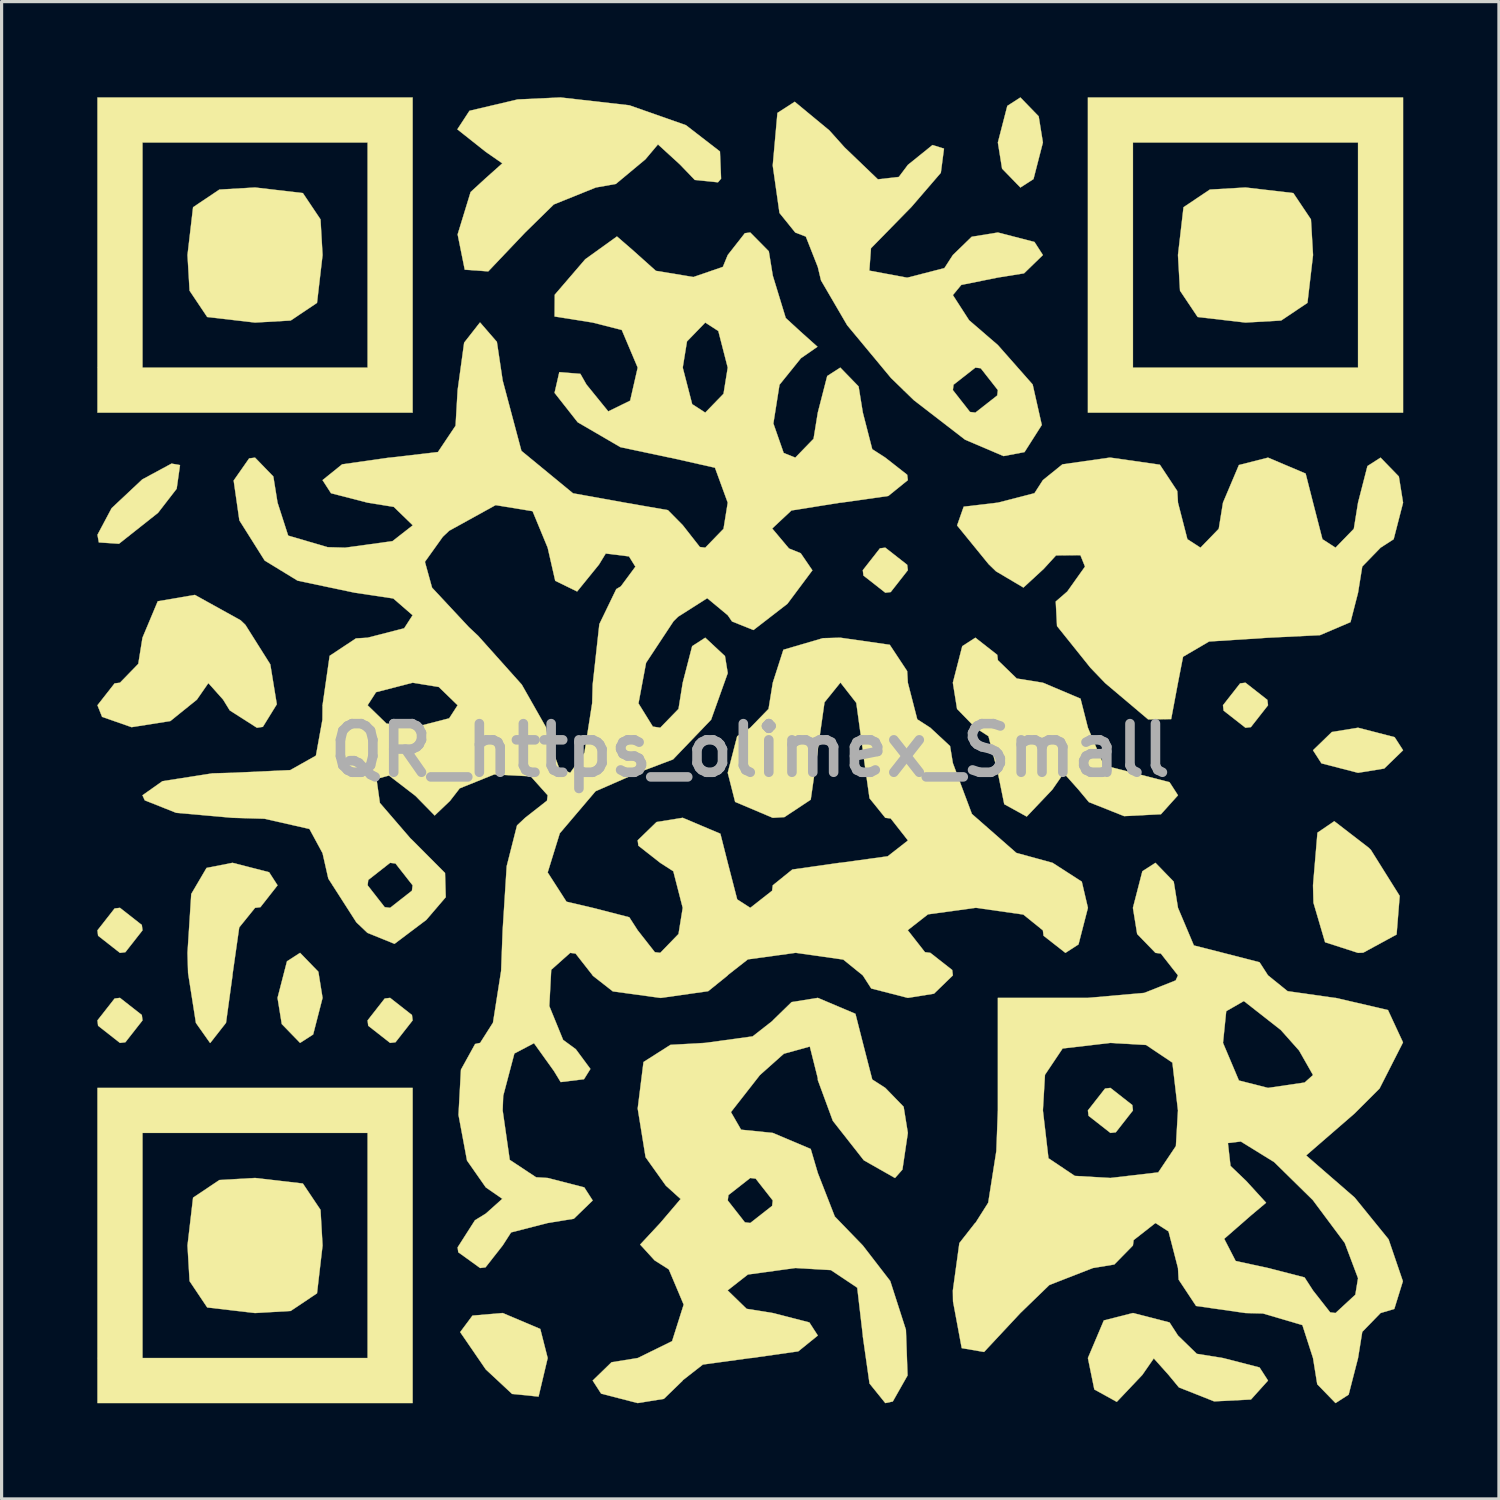
<source format=kicad_pcb>
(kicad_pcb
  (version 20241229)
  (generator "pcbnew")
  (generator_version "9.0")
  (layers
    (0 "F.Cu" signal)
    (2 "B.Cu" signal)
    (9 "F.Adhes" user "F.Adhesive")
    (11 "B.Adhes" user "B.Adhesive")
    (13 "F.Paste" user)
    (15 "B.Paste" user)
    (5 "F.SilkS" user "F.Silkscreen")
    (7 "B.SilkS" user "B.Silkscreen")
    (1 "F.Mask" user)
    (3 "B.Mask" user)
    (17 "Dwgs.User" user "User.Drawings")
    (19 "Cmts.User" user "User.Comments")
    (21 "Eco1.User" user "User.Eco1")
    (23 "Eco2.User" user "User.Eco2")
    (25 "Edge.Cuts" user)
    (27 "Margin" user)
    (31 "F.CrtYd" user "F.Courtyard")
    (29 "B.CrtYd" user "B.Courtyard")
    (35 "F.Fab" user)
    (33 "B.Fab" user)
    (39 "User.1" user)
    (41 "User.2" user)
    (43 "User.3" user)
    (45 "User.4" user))
  (footprint "QR_https_olimex_Small"
    (layer "F.Cu")
    (at 20.466 20.466)
    (property "Reference" "QR_https_olimex_Small" (at 0 0 0) (layer "F.Fab") (effects (font (size 1.524 1.524) (thickness 0.3))))
    (attr board_only exclude_from_pos_files exclude_from_bom allow_missing_courtyard)
    (fp_poly (pts (xy -19.071 5.476) (xy -19.05 5.644) (xy -19.587 6.329) (xy -19.756 6.35) (xy -20.441 5.813) (xy -20.461 5.644) (xy -19.924 4.959) (xy -19.756 4.939) (xy -19.071 5.476)) (stroke (width 0.01) (type solid)) (fill yes) (layer "F.SilkS"))
    (fp_poly (pts (xy -19.071 8.298) (xy -19.05 8.467) (xy -19.587 9.152) (xy -19.756 9.172) (xy -20.441 8.635) (xy -20.461 8.467) (xy -19.924 7.782) (xy -19.756 7.761) (xy -19.071 8.298)) (stroke (width 0.01) (type solid)) (fill yes) (layer "F.SilkS"))
    (fp_poly (pts (xy -13.538 6.941) (xy -13.406 7.761) (xy -13.701 8.908) (xy -14.111 9.172) (xy -14.684 8.581) (xy -14.817 7.761) (xy -14.521 6.615) (xy -14.111 6.35) (xy -13.538 6.941)) (stroke (width 0.01) (type solid)) (fill yes) (layer "F.SilkS"))
    (fp_poly (pts (xy -10.604 8.298) (xy -10.583 8.467) (xy -11.12 9.152) (xy -11.289 9.172) (xy -11.974 8.635) (xy -11.994 8.467) (xy -11.458 7.782) (xy -11.289 7.761) (xy -10.604 8.298)) (stroke (width 0.01) (type solid)) (fill yes) (layer "F.SilkS"))
    (fp_poly (pts (xy -6.582 18.138) (xy -6.35 19.05) (xy -6.636 20.258) (xy -7.465 20.175) (xy -8.29 19.406) (xy -9.092 18.237) (xy -8.707 17.72) (xy -7.761 17.639) (xy -6.582 18.138)) (stroke (width 0.01) (type solid)) (fill yes) (layer "F.SilkS"))
    (fp_poly (pts (xy 4.918 -5.813) (xy 4.939 -5.644) (xy 4.402 -4.959) (xy 4.233 -4.939) (xy 3.548 -5.476) (xy 3.528 -5.644) (xy 4.065 -6.329) (xy 4.233 -6.35) (xy 4.918 -5.813)) (stroke (width 0.01) (type solid)) (fill yes) (layer "F.SilkS"))
    (fp_poly (pts (xy 9.04 -19.87) (xy 9.172 -19.05) (xy 8.877 -17.903) (xy 8.467 -17.639) (xy 7.893 -18.23) (xy 7.761 -19.05) (xy 8.057 -20.197) (xy 8.467 -20.461) (xy 9.04 -19.87)) (stroke (width 0.01) (type solid)) (fill yes) (layer "F.SilkS"))
    (fp_poly (pts (xy 11.974 11.12) (xy 11.994 11.289) (xy 11.458 11.974) (xy 11.289 11.994) (xy 10.604 11.458) (xy 10.583 11.289) (xy 11.12 10.604) (xy 11.289 10.583) (xy 11.974 11.12)) (stroke (width 0.01) (type solid)) (fill yes) (layer "F.SilkS"))
    (fp_poly (pts (xy 16.207 -1.58) (xy 16.228 -1.411) (xy 15.691 -0.726) (xy 15.522 -0.706) (xy 14.837 -1.242) (xy 14.817 -1.411) (xy 15.354 -2.096) (xy 15.522 -2.117) (xy 16.207 -1.58)) (stroke (width 0.01) (type solid)) (fill yes) (layer "F.SilkS"))
    (fp_poly (pts (xy 20.197 -0.41) (xy 20.461 0) (xy 19.87 0.573) (xy 19.05 0.706) (xy 17.903 0.41) (xy 17.639 0) (xy 18.23 -0.573) (xy 19.05 -0.706) (xy 20.197 -0.41)) (stroke (width 0.01) (type solid)) (fill yes) (layer "F.SilkS"))
    (fp_poly (pts (xy -17.874 -8.937) (xy -17.979 -8.197) (xy -18.563 -7.442) (xy -19.787 -6.473) (xy -20.418 -6.515) (xy -20.461 -6.753) (xy -20.017 -7.588) (xy -19.057 -8.489) (xy -18.139 -8.985) (xy -17.874 -8.937)) (stroke (width 0.01) (type solid)) (fill yes) (layer "F.SilkS"))
    (fp_poly (pts (xy -10.583 -10.583) (xy -20.461 -10.583) (xy -20.461 -19.05) (xy -19.05 -19.05) (xy -19.05 -11.994) (xy -11.994 -11.994) (xy -11.994 -19.05) (xy -19.05 -19.05) (xy -20.461 -19.05) (xy -20.461 -20.461) (xy -10.583 -20.461) (xy -10.583 -10.583)) (stroke (width 0.01) (type solid)) (fill yes) (layer "F.SilkS"))
    (fp_poly (pts (xy -10.583 20.461) (xy -20.461 20.461) (xy -20.461 11.994) (xy -19.05 11.994) (xy -19.05 19.05) (xy -11.994 19.05) (xy -11.994 11.994) (xy -19.05 11.994) (xy -20.461 11.994) (xy -20.461 10.583) (xy -10.583 10.583) (xy -10.583 20.461)) (stroke (width 0.01) (type solid)) (fill yes) (layer "F.SilkS"))
    (fp_poly (pts (xy 19.386 3.057) (xy 19.453 3.125) (xy 20.355 4.565) (xy 20.258 5.775) (xy 19.212 6.344) (xy 19.05 6.35) (xy 18.017 6.017) (xy 17.653 4.78) (xy 17.639 4.233) (xy 17.778 2.583) (xy 18.305 2.224) (xy 19.386 3.057)) (stroke (width 0.01) (type solid)) (fill yes) (layer "F.SilkS"))
    (fp_poly (pts (xy 20.461 -10.583) (xy 10.583 -10.583) (xy 10.583 -19.05) (xy 11.994 -19.05) (xy 11.994 -11.994) (xy 19.05 -11.994) (xy 19.05 -19.05) (xy 11.994 -19.05) (xy 10.583 -19.05) (xy 10.583 -20.461) (xy 20.461 -20.461) (xy 20.461 -10.583)) (stroke (width 0.01) (type solid)) (fill yes) (layer "F.SilkS"))
    (fp_poly (pts (xy -14.023 -17.464) (xy -13.47 -16.639) (xy -13.406 -15.522) (xy -13.58 -14.023) (xy -14.405 -13.47) (xy -15.522 -13.406) (xy -17.021 -13.58) (xy -17.574 -14.405) (xy -17.639 -15.522) (xy -17.464 -17.021) (xy -16.639 -17.574) (xy -15.522 -17.639) (xy -14.023 -17.464)) (stroke (width 0.01) (type solid)) (fill yes) (layer "F.SilkS"))
    (fp_poly (pts (xy -14.023 13.58) (xy -13.47 14.405) (xy -13.406 15.522) (xy -13.58 17.021) (xy -14.405 17.574) (xy -15.522 17.639) (xy -17.021 17.464) (xy -17.574 16.639) (xy -17.639 15.522) (xy -17.464 14.023) (xy -16.639 13.47) (xy -15.522 13.406) (xy -14.023 13.58)) (stroke (width 0.01) (type solid)) (fill yes) (layer "F.SilkS"))
    (fp_poly (pts (xy 17.021 -17.464) (xy 17.574 -16.639) (xy 17.639 -15.522) (xy 17.464 -14.023) (xy 16.639 -13.47) (xy 15.522 -13.406) (xy 14.023 -13.58) (xy 13.47 -14.405) (xy 13.406 -15.522) (xy 13.58 -17.021) (xy 14.405 -17.574) (xy 15.522 -17.639) (xy 17.021 -17.464)) (stroke (width 0.01) (type solid)) (fill yes) (layer "F.SilkS"))
    (fp_poly (pts (xy -15.081 3.823) (xy -14.817 4.233) (xy -15.354 4.918) (xy -15.522 4.939) (xy -16.018 5.552) (xy -16.228 7.029) (xy -16.228 7.056) (xy -16.432 8.542) (xy -16.925 9.172) (xy -16.933 9.172) (xy -17.375 8.546) (xy -17.621 6.983) (xy -17.639 6.35) (xy -17.521 4.504) (xy -17.042 3.688) (xy -16.228 3.528) (xy -15.081 3.823)) (stroke (width 0.01) (type solid)) (fill yes) (layer "F.SilkS"))
    (fp_poly (pts (xy 13.141 17.934) (xy 13.406 18.344) (xy 13.996 18.918) (xy 14.817 19.05) (xy 15.963 19.345) (xy 16.228 19.756) (xy 15.694 20.349) (xy 14.541 20.408) (xy 13.435 19.97) (xy 13.112 19.579) (xy 12.648 19.06) (xy 12.288 19.579) (xy 11.488 20.423) (xy 10.784 20.034) (xy 10.583 19.05) (xy 11.082 17.871) (xy 11.994 17.639) (xy 13.141 17.934)) (stroke (width 0.01) (type solid)) (fill yes) (layer "F.SilkS"))
    (fp_poly (pts (xy -15.974 -4.074) (xy -15.825 -3.931) (xy -15.044 -2.692) (xy -14.84 -1.442) (xy -15.277 -0.734) (xy -15.463 -0.706) (xy -16.314 -1.249) (xy -16.522 -1.587) (xy -16.985 -2.106) (xy -17.345 -1.587) (xy -18.177 -0.916) (xy -19.391 -0.724) (xy -20.316 -1.047) (xy -20.461 -1.411) (xy -19.924 -2.096) (xy -19.756 -2.117) (xy -19.182 -2.708) (xy -19.05 -3.528) (xy -18.571 -4.67) (xy -17.409 -4.869) (xy -15.974 -4.074)) (stroke (width 0.01) (type solid)) (fill yes) (layer "F.SilkS"))
    (fp_poly (pts (xy -3.789 -20.215) (xy -2.016 -19.592) (xy -0.95 -18.768) (xy -0.915 -17.916) (xy -1.013 -17.802) (xy -1.738 -17.876) (xy -2.209 -18.365) (xy -2.893 -18.99) (xy -3.288 -18.521) (xy -4.213 -17.751) (xy -4.842 -17.639) (xy -6.158 -17.108) (xy -7.056 -16.228) (xy -8.213 -15.01) (xy -8.949 -15.063) (xy -9.172 -16.169) (xy -8.765 -17.497) (xy -8.29 -17.933) (xy -7.771 -18.396) (xy -8.29 -18.756) (xy -9.181 -19.462) (xy -8.801 -20.043) (xy -7.29 -20.399) (xy -5.947 -20.461) (xy -3.789 -20.215)) (stroke (width 0.01) (type solid)) (fill yes) (layer "F.SilkS"))
    (fp_poly (pts (xy 7.741 -2.991) (xy 7.761 -2.822) (xy 8.352 -2.249) (xy 9.172 -2.117) (xy 10.351 -1.618) (xy 10.583 -0.706) (xy 11.082 0.474) (xy 11.994 0.706) (xy 13.141 1.001) (xy 13.406 1.411) (xy 12.872 2.005) (xy 11.718 2.064) (xy 10.613 1.625) (xy 10.289 1.235) (xy 9.826 0.716) (xy 9.466 1.235) (xy 8.665 2.078) (xy 7.961 1.69) (xy 7.761 0.706) (xy 7.466 -0.441) (xy 7.056 -0.706) (xy 6.482 -1.296) (xy 6.35 -2.117) (xy 6.645 -3.263) (xy 7.056 -3.528) (xy 7.741 -2.991)) (stroke (width 0.01) (type solid)) (fill yes) (layer "F.SilkS"))
    (fp_poly (pts (xy 20.329 -8.581) (xy 20.461 -7.761) (xy 20.166 -6.615) (xy 19.756 -6.35) (xy 19.182 -5.759) (xy 19.05 -4.939) (xy 18.813 -4.016) (xy 17.857 -3.608) (xy 16.228 -3.528) (xy 14.381 -3.409) (xy 13.565 -2.931) (xy 13.406 -2.117) (xy 13.192 -0.977) (xy 12.472 -0.967) (xy 11.124 -2.106) (xy 10.662 -2.587) (xy 9.615 -3.893) (xy 9.575 -4.663) (xy 9.936 -4.975) (xy 10.492 -5.757) (xy 10.348 -6.115) (xy 9.584 -6.108) (xy 9.198 -5.686) (xy 8.562 -5.1) (xy 7.701 -5.61) (xy 7.472 -5.832) (xy 6.483 -7.046) (xy 6.69 -7.635) (xy 7.761 -7.761) (xy 8.908 -8.057) (xy 9.172 -8.467) (xy 9.785 -8.962) (xy 11.263 -9.172) (xy 11.289 -9.172) (xy 12.838 -8.95) (xy 13.384 -8.125) (xy 13.406 -7.761) (xy 13.701 -6.615) (xy 14.111 -6.35) (xy 14.684 -6.941) (xy 14.817 -7.761) (xy 15.316 -8.94) (xy 16.228 -9.172) (xy 17.407 -8.673) (xy 17.639 -7.761) (xy 17.934 -6.615) (xy 18.344 -6.35) (xy 18.918 -6.941) (xy 19.05 -7.761) (xy 19.345 -8.908) (xy 19.756 -9.172) (xy 20.329 -8.581)) (stroke (width 0.01) (type solid)) (fill yes) (layer "F.SilkS"))
    (fp_poly (pts (xy 2.479 -19.428) (xy 2.956 -18.896) (xy 4 -17.895) (xy 4.657 -17.97) (xy 4.94 -18.347) (xy 5.712 -18.97) (xy 6.072 -18.858) (xy 5.973 -18.1) (xy 5.052 -17.031) (xy 3.783 -15.735) (xy 3.732 -15.033) (xy 4.893 -14.817) (xy 4.939 -14.817) (xy 6.085 -15.112) (xy 6.35 -15.522) (xy 6.941 -16.095) (xy 7.761 -16.228) (xy 8.908 -15.932) (xy 9.172 -15.522) (xy 8.581 -14.949) (xy 7.761 -14.817) (xy 6.614 -14.586) (xy 6.35 -14.267) (xy 6.859 -13.478) (xy 7.761 -12.7) (xy 8.851 -11.464) (xy 9.137 -10.196) (xy 8.596 -9.346) (xy 7.938 -9.221) (xy 6.734 -9.734) (xy 5.126 -10.974) (xy 4.802 -11.289) (xy 6.35 -11.289) (xy 6.887 -10.604) (xy 7.056 -10.583) (xy 7.741 -11.12) (xy 7.761 -11.289) (xy 7.224 -11.974) (xy 7.056 -11.994) (xy 6.371 -11.458) (xy 6.35 -11.289) (xy 4.802 -11.289) (xy 4.41 -11.67) (xy 3.037 -13.323) (xy 2.218 -14.727) (xy 2.117 -15.149) (xy 1.742 -16.101) (xy 1.411 -16.228) (xy 0.916 -16.841) (xy 0.706 -18.318) (xy 0.706 -18.344) (xy 0.852 -19.977) (xy 1.393 -20.326) (xy 2.479 -19.428)) (stroke (width 0.01) (type solid)) (fill yes) (layer "F.SilkS"))
    (fp_poly (pts (xy 3.296 8.26) (xy 3.528 9.172) (xy 3.823 10.319) (xy 4.233 10.583) (xy 4.807 11.174) (xy 4.939 11.994) (xy 4.769 13.143) (xy 4.536 13.406) (xy 3.559 12.851) (xy 2.588 11.615) (xy 2.118 10.338) (xy 2.117 10.281) (xy 1.867 9.286) (xy 1.052 9.512) (xy 0.302 10.18) (xy -0.606 11.341) (xy -0.288 11.893) (xy 0.706 11.994) (xy 1.895 12.497) (xy 2.117 13.25) (xy 2.649 14.614) (xy 3.528 15.522) (xy 4.387 16.636) (xy 4.879 18.165) (xy 4.93 19.595) (xy 4.467 20.412) (xy 4.233 20.461) (xy 3.738 19.848) (xy 3.528 18.371) (xy 3.528 18.344) (xy 3.353 16.845) (xy 2.528 16.293) (xy 1.411 16.228) (xy -0.075 16.432) (xy -0.705 16.925) (xy -0.706 16.933) (xy -0.115 17.507) (xy 0.706 17.639) (xy 1.852 17.934) (xy 2.117 18.344) (xy 1.504 18.84) (xy 0.026 19.05) (xy 0 19.05) (xy -1.486 19.254) (xy -2.117 19.747) (xy -2.117 19.756) (xy -2.708 20.329) (xy -3.528 20.461) (xy -4.674 20.166) (xy -4.939 19.756) (xy -4.348 19.182) (xy -3.528 19.05) (xy -2.45 18.521) (xy -2.087 17.375) (xy -2.553 16.271) (xy -2.999 15.988) (xy -3.451 15.493) (xy -2.822 14.817) (xy -2.221 14.111) (xy -0.706 14.111) (xy -0.169 14.796) (xy 0 14.817) (xy 0.685 14.28) (xy 0.706 14.111) (xy 0.169 13.426) (xy 0 13.406) (xy -0.685 13.942) (xy -0.706 14.111) (xy -2.221 14.111) (xy -2.182 14.065) (xy -2.646 13.646) (xy -3.281 12.755) (xy -3.528 11.23) (xy -3.346 9.771) (xy -2.502 9.234) (xy -1.411 9.172) (xy 0.075 8.968) (xy 0.705 8.475) (xy 0.706 8.467) (xy 1.296 7.893) (xy 2.117 7.761) (xy 3.296 8.26)) (stroke (width 0.01) (type solid)) (fill yes) (layer "F.SilkS"))
    (fp_poly (pts (xy 13.273 4.119) (xy 13.406 4.939) (xy 13.904 6.118) (xy 14.817 6.35) (xy 15.963 6.645) (xy 16.228 7.056) (xy 16.841 7.551) (xy 18.318 7.761) (xy 18.344 7.761) (xy 19.988 8.143) (xy 20.459 9.157) (xy 19.723 10.603) (xy 18.942 11.383) (xy 17.423 12.7) (xy 18.942 14.017) (xy 20.007 15.329) (xy 20.455 16.643) (xy 20.186 17.511) (xy 19.756 17.639) (xy 19.182 18.23) (xy 19.05 19.05) (xy 18.755 20.197) (xy 18.344 20.461) (xy 17.771 19.87) (xy 17.639 19.05) (xy 17.306 18.017) (xy 16.069 17.653) (xy 15.522 17.639) (xy 13.973 17.417) (xy 13.427 16.592) (xy 13.406 16.228) (xy 13.17 15.313) (xy 14.855 15.313) (xy 15.214 16.008) (xy 16.228 16.228) (xy 17.374 16.523) (xy 17.639 16.933) (xy 18.176 17.618) (xy 18.344 17.639) (xy 18.965 17.065) (xy 19.05 16.548) (xy 18.633 15.441) (xy 17.632 14.098) (xy 16.422 12.909) (xy 15.376 12.263) (xy 14.971 12.311) (xy 15.052 13.028) (xy 15.543 13.498) (xy 16.168 14.182) (xy 15.699 14.576) (xy 14.855 15.313) (xy 13.17 15.313) (xy 13.11 15.081) (xy 12.7 14.817) (xy 12.015 15.354) (xy 11.994 15.522) (xy 11.411 16.117) (xy 10.739 16.228) (xy 9.375 16.76) (xy 8.467 17.639) (xy 7.328 18.859) (xy 6.628 18.739) (xy 6.355 17.273) (xy 6.35 16.933) (xy 6.554 15.447) (xy 7.047 14.817) (xy 7.056 14.817) (xy 7.458 14.182) (xy 7.713 12.56) (xy 7.761 11.289) (xy 9.172 11.289) (xy 9.347 12.788) (xy 10.172 13.341) (xy 11.289 13.406) (xy 12.788 13.231) (xy 13.341 12.406) (xy 13.406 11.289) (xy 13.231 9.79) (xy 12.406 9.237) (xy 11.289 9.172) (xy 14.817 9.172) (xy 15.316 10.351) (xy 16.228 10.583) (xy 17.376 10.414) (xy 17.639 10.18) (xy 17.201 9.41) (xy 16.631 8.769) (xy 15.471 7.86) (xy 14.918 8.178) (xy 14.817 9.172) (xy 11.289 9.172) (xy 9.79 9.347) (xy 9.237 10.172) (xy 9.172 11.289) (xy 7.761 11.289) (xy 7.761 7.761) (xy 10.583 7.761) (xy 12.351 7.605) (xy 13.334 7.214) (xy 13.406 7.056) (xy 12.869 6.371) (xy 12.7 6.35) (xy 12.127 5.759) (xy 11.994 4.939) (xy 12.29 3.792) (xy 12.7 3.528) (xy 13.273 4.119)) (stroke (width 0.01) (type solid)) (fill yes) (layer "F.SilkS"))
    (fp_poly (pts (xy 0.581 -15.64) (xy 0.706 -14.875) (xy 1.112 -13.548) (xy 1.587 -13.112) (xy 2.106 -12.648) (xy 1.587 -12.288) (xy 0.916 -11.456) (xy 0.724 -10.243) (xy 1.047 -9.318) (xy 1.411 -9.172) (xy 1.984 -9.763) (xy 2.117 -10.583) (xy 2.412 -11.73) (xy 2.822 -11.994) (xy 3.395 -11.404) (xy 3.528 -10.583) (xy 3.823 -9.437) (xy 4.233 -9.172) (xy 4.918 -8.635) (xy 4.939 -8.467) (xy 4.326 -7.971) (xy 2.849 -7.761) (xy 2.822 -7.761) (xy 1.29 -7.516) (xy 0.687 -6.951) (xy 1.214 -6.324) (xy 1.581 -6.176) (xy 1.947 -5.64) (xy 1.164 -4.591) (xy 0.101 -3.769) (xy -0.571 -4.037) (xy -0.706 -4.233) (xy -1.349 -4.767) (xy -2.262 -4.186) (xy -2.405 -4.045) (xy -3.266 -2.741) (xy -3.504 -1.469) (xy -3.054 -0.742) (xy -2.822 -0.706) (xy -2.249 -1.296) (xy -2.117 -2.117) (xy -1.821 -3.263) (xy -1.411 -3.528) (xy -0.793 -2.953) (xy -0.706 -2.419) (xy -1.228 -0.957) (xy -2.42 0.286) (xy -3.528 0.706) (xy -4.849 1.284) (xy -5.971 2.604) (xy -6.35 3.83) (xy -5.76 4.747) (xy -4.939 4.939) (xy -3.792 5.234) (xy -3.528 5.644) (xy -2.991 6.329) (xy -2.822 6.35) (xy -2.249 5.759) (xy -2.117 4.939) (xy -2.412 3.792) (xy -2.822 3.528) (xy -3.507 2.991) (xy -3.528 2.822) (xy -2.937 2.249) (xy -2.117 2.117) (xy -0.937 2.616) (xy -0.706 3.528) (xy -0.41 4.674) (xy 0 4.939) (xy 0.685 4.402) (xy 0.706 4.233) (xy 1.319 3.738) (xy 2.796 3.528) (xy 2.822 3.528) (xy 4.308 3.323) (xy 4.939 2.831) (xy 4.939 2.822) (xy 4.402 2.137) (xy 4.233 2.117) (xy 3.738 1.504) (xy 3.528 0.026) (xy 3.528 0) (xy 3.323 -1.486) (xy 2.831 -2.117) (xy 2.822 -2.117) (xy 2.327 -1.504) (xy 2.117 -0.026) (xy 2.117 0) (xy 1.895 1.549) (xy 1.07 2.095) (xy 0.706 2.117) (xy -0.474 1.618) (xy -0.706 0.706) (xy -0.41 -0.441) (xy 0 -0.706) (xy 0.573 -1.296) (xy 0.706 -2.117) (xy 1.038 -3.15) (xy 2.276 -3.513) (xy 2.822 -3.528) (xy 4.372 -3.306) (xy 4.917 -2.481) (xy 4.939 -2.117) (xy 5.234 -0.97) (xy 5.644 -0.706) (xy 6.262 -0.131) (xy 6.35 0.403) (xy 6.947 1.997) (xy 8.339 3.217) (xy 9.475 3.528) (xy 10.391 4.118) (xy 10.583 4.939) (xy 10.288 6.085) (xy 9.878 6.35) (xy 9.193 5.813) (xy 9.172 5.644) (xy 8.559 5.149) (xy 7.082 4.939) (xy 7.056 4.939) (xy 5.569 5.143) (xy 4.939 5.636) (xy 4.939 5.644) (xy 5.476 6.329) (xy 5.644 6.35) (xy 6.329 6.887) (xy 6.35 7.056) (xy 5.759 7.629) (xy 4.939 7.761) (xy 3.792 7.466) (xy 3.528 7.056) (xy 2.915 6.56) (xy 1.437 6.35) (xy 1.411 6.35) (xy -0.075 6.554) (xy -0.705 7.047) (xy -0.706 7.056) (xy -1.319 7.551) (xy -2.796 7.761) (xy -2.822 7.761) (xy -4.308 7.557) (xy -4.939 7.064) (xy -4.939 7.056) (xy -5.476 6.371) (xy -5.644 6.35) (xy -6.239 6.881) (xy -6.299 8.018) (xy -5.866 9.078) (xy -5.468 9.37) (xy -5.011 9.988) (xy -5.212 10.31) (xy -5.942 10.4) (xy -6.153 10.054) (xy -6.779 9.181) (xy -7.394 9.505) (xy -7.744 10.832) (xy -7.761 11.289) (xy -7.539 12.838) (xy -6.714 13.384) (xy -6.35 13.406) (xy -5.203 13.701) (xy -4.939 14.111) (xy -5.53 14.684) (xy -6.35 14.817) (xy -7.497 15.112) (xy -7.761 15.522) (xy -8.298 16.207) (xy -8.467 16.228) (xy -9.152 15.734) (xy -9.172 15.581) (xy -8.629 14.731) (xy -8.29 14.523) (xy -7.771 14.059) (xy -8.29 13.7) (xy -8.878 12.859) (xy -9.145 11.429) (xy -9.068 10.011) (xy -8.624 9.207) (xy -8.467 9.172) (xy -8.064 8.538) (xy -7.809 6.915) (xy -7.761 5.644) (xy -7.634 3.632) (xy -7.31 2.355) (xy -7.056 2.117) (xy -6.371 1.58) (xy -6.35 1.411) (xy -6.882 0.817) (xy -8.026 0.757) (xy -9.107 1.193) (xy -9.412 1.587) (xy -9.892 2.044) (xy -10.491 1.432) (xy -11.323 0.792) (xy -11.716 0.898) (xy -11.609 1.651) (xy -10.648 2.766) (xy -10.619 2.791) (xy -9.567 3.847) (xy -9.545 4.605) (xy -10.153 5.315) (xy -11.151 6.067) (xy -11.999 5.723) (xy -12.347 5.392) (xy -13.09 4.233) (xy -11.994 4.233) (xy -11.458 4.918) (xy -11.289 4.939) (xy -10.604 4.402) (xy -10.583 4.233) (xy -11.12 3.548) (xy -11.289 3.528) (xy -11.974 4.065) (xy -11.994 4.233) (xy -13.09 4.233) (xy -13.225 4.023) (xy -13.406 3.225) (xy -13.817 2.466) (xy -15.227 2.146) (xy -16.228 2.117) (xy -17.995 1.96) (xy -18.978 1.569) (xy -19.05 1.411) (xy -18.424 0.969) (xy -16.86 0.724) (xy -16.228 0.706) (xy -14.418 0.622) (xy -13.614 0.169) (xy -13.41 -0.957) (xy -13.406 -1.411) (xy -11.994 -1.411) (xy -11.404 -0.838) (xy -10.583 -0.706) (xy -9.437 -1.001) (xy -9.172 -1.411) (xy -9.763 -1.984) (xy -10.583 -2.117) (xy -11.73 -1.821) (xy -11.994 -1.411) (xy -13.406 -1.411) (xy -13.184 -2.96) (xy -12.359 -3.506) (xy -11.994 -3.528) (xy -10.848 -3.823) (xy -10.583 -4.233) (xy -11.189 -4.758) (xy -12.398 -4.939) (xy -14.188 -5.316) (xy -15.153 -5.906) (xy -10.198 -5.906) (xy -9.974 -5.096) (xy -8.822 -3.861) (xy -8.529 -3.586) (xy -7.162 -2.058) (xy -6.404 -0.723) (xy -6.35 -0.422) (xy -5.99 0.56) (xy -5.644 0.706) (xy -5.199 0.08) (xy -4.955 -1.477) (xy -4.939 -2.058) (xy -4.73 -3.954) (xy -4.199 -5.052) (xy -4.057 -5.136) (xy -3.6 -5.754) (xy -3.801 -6.077) (xy -4.531 -6.167) (xy -4.742 -5.821) (xy -5.427 -4.977) (xy -6.113 -5.312) (xy -6.35 -6.35) (xy -6.823 -7.494) (xy -7.982 -7.684) (xy -9.437 -6.881) (xy -9.637 -6.691) (xy -10.198 -5.906) (xy -15.153 -5.906) (xy -15.22 -5.947) (xy -16.013 -7.206) (xy -16.192 -8.454) (xy -15.707 -9.148) (xy -15.522 -9.172) (xy -14.949 -8.581) (xy -14.817 -7.761) (xy -14.484 -6.728) (xy -13.246 -6.365) (xy -12.7 -6.35) (xy -11.214 -6.554) (xy -10.583 -7.047) (xy -10.583 -7.056) (xy -11.174 -7.629) (xy -11.994 -7.761) (xy -13.141 -8.057) (xy -13.406 -8.467) (xy -12.792 -8.962) (xy -11.315 -9.172) (xy -11.289 -9.172) (xy -9.79 -9.347) (xy -9.237 -10.172) (xy -9.172 -11.289) (xy -8.968 -12.775) (xy -8.475 -13.405) (xy -8.467 -13.406) (xy -7.942 -12.8) (xy -7.761 -11.591) (xy -7.173 -9.384) (xy -5.556 -8.054) (xy -3.931 -7.761) (xy -2.581 -7.526) (xy -2.117 -7.056) (xy -1.58 -6.371) (xy -1.411 -6.35) (xy -0.838 -6.941) (xy -0.706 -7.761) (xy -1.106 -8.856) (xy -2.506 -9.172) (xy -2.52 -9.172) (xy -4.07 -9.501) (xy -5.409 -10.281) (xy -6.134 -11.203) (xy -5.985 -11.852) (xy -5.325 -11.798) (xy -5.136 -11.465) (xy -4.451 -10.621) (xy -3.765 -10.957) (xy -3.528 -11.994) (xy -2.117 -11.994) (xy -1.821 -10.848) (xy -1.411 -10.583) (xy -0.838 -11.174) (xy -0.706 -11.994) (xy -1.001 -13.141) (xy -1.411 -13.406) (xy -1.984 -12.815) (xy -2.117 -11.994) (xy -3.528 -11.994) (xy -4.027 -13.174) (xy -4.939 -13.406) (xy -6.133 -13.596) (xy -6.128 -14.278) (xy -5.172 -15.39) (xy -4.179 -16.104) (xy -3.702 -15.692) (xy -2.959 -15.027) (xy -1.782 -14.833) (xy -0.858 -15.151) (xy -0.706 -15.522) (xy -0.169 -16.207) (xy 0 -16.228) (xy 0.581 -15.64)) (stroke (width 0.01) (type solid)) (fill yes) (layer "F.SilkS")))
  (gr_rect
    (start -3 -3)
    (end 43.932 43.932)
    (stroke (width 0.1) (type default))
    (fill no)
    (layer "Edge.Cuts")))
</source>
